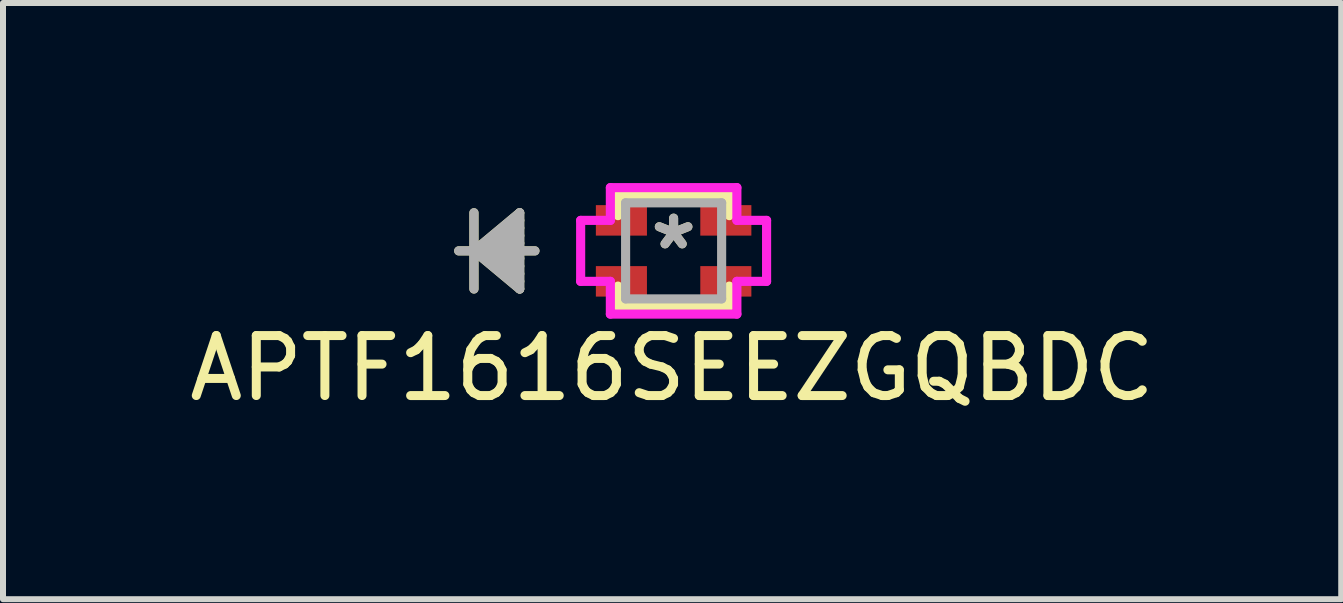
<source format=kicad_pcb>
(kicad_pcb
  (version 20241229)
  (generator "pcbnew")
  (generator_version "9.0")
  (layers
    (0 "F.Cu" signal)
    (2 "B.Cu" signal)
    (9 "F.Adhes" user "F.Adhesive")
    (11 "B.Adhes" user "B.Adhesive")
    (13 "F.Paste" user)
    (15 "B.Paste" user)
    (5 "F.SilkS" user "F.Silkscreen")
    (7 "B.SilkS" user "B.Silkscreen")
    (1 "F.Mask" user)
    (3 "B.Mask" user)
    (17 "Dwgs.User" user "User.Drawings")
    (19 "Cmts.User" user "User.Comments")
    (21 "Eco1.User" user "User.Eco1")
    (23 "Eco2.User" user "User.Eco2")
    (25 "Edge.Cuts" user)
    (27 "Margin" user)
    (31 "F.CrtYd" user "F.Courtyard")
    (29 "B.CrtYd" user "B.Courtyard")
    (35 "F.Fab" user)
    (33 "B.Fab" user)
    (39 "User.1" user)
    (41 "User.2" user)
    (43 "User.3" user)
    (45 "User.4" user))
  (footprint "APTF1616SEEZGQBDC"
    (layer "F.Cu")
    (at 8.174 1.13)
    (property "Reference" "APTF1616SEEZGQBDC" (at -0.025 1.956 0) (layer "F.SilkS") (effects (font (size 1 1) (thickness 0.15))))
    (attr through_hole)
    (fp_line (start -3.327 -0.635) (end -3.327 0.635) (stroke (width 0.152) (type solid)) (layer "F.SilkS"))
    (fp_line (start -3.327 0) (end -2.565 -0.635) (stroke (width 0.152) (type solid)) (layer "F.SilkS"))
    (fp_line (start -3.327 0) (end -2.565 -0.508) (stroke (width 0.152) (type solid)) (layer "F.SilkS"))
    (fp_line (start -3.327 0) (end -2.565 -0.381) (stroke (width 0.152) (type solid)) (layer "F.SilkS"))
    (fp_line (start -3.327 0) (end -2.565 -0.254) (stroke (width 0.152) (type solid)) (layer "F.SilkS"))
    (fp_line (start -3.327 0) (end -2.565 -0.127) (stroke (width 0.152) (type solid)) (layer "F.SilkS"))
    (fp_line (start -3.327 0) (end -2.565 0.127) (stroke (width 0.152) (type solid)) (layer "F.SilkS"))
    (fp_line (start -3.327 0) (end -2.565 0.254) (stroke (width 0.152) (type solid)) (layer "F.SilkS"))
    (fp_line (start -3.327 0) (end -2.565 0.381) (stroke (width 0.152) (type solid)) (layer "F.SilkS"))
    (fp_line (start -3.327 0) (end -2.565 0.508) (stroke (width 0.152) (type solid)) (layer "F.SilkS"))
    (fp_line (start -3.327 0) (end -2.565 0.635) (stroke (width 0.152) (type solid)) (layer "F.SilkS"))
    (fp_line (start -2.565 -0.635) (end -2.565 0.635) (stroke (width 0.152) (type solid)) (layer "F.SilkS"))
    (fp_line (start -2.311 0) (end -3.581 0) (stroke (width 0.152) (type solid)) (layer "F.SilkS"))
    (fp_line (start -0.927 -0.927) (end -0.927 -0.587) (stroke (width 0.152) (type solid)) (layer "F.SilkS"))
    (fp_line (start -0.927 0.587) (end -0.927 0.927) (stroke (width 0.152) (type solid)) (layer "F.SilkS"))
    (fp_line (start -0.927 0.927) (end 0.927 0.927) (stroke (width 0.152) (type solid)) (layer "F.SilkS"))
    (fp_line (start 0.927 -0.927) (end -0.927 -0.927) (stroke (width 0.152) (type solid)) (layer "F.SilkS"))
    (fp_line (start 0.927 -0.587) (end 0.927 -0.927) (stroke (width 0.152) (type solid)) (layer "F.SilkS"))
    (fp_line (start 0.927 0.927) (end 0.927 0.587) (stroke (width 0.152) (type solid)) (layer "F.SilkS"))
    (fp_line (start -1.549 -0.508) (end -1.054 -0.508) (stroke (width 0.152) (type solid)) (layer "F.CrtYd"))
    (fp_line (start -1.549 0.508) (end -1.549 -0.508) (stroke (width 0.152) (type solid)) (layer "F.CrtYd"))
    (fp_line (start -1.054 -1.054) (end 1.054 -1.054) (stroke (width 0.152) (type solid)) (layer "F.CrtYd"))
    (fp_line (start -1.054 -0.508) (end -1.054 -1.054) (stroke (width 0.152) (type solid)) (layer "F.CrtYd"))
    (fp_line (start -1.054 0.508) (end -1.549 0.508) (stroke (width 0.152) (type solid)) (layer "F.CrtYd"))
    (fp_line (start -1.054 1.054) (end -1.054 0.508) (stroke (width 0.152) (type solid)) (layer "F.CrtYd"))
    (fp_line (start 1.054 -1.054) (end 1.054 -0.508) (stroke (width 0.152) (type solid)) (layer "F.CrtYd"))
    (fp_line (start 1.054 -0.508) (end 1.549 -0.508) (stroke (width 0.152) (type solid)) (layer "F.CrtYd"))
    (fp_line (start 1.054 0.508) (end 1.054 1.054) (stroke (width 0.152) (type solid)) (layer "F.CrtYd"))
    (fp_line (start 1.054 1.054) (end -1.054 1.054) (stroke (width 0.152) (type solid)) (layer "F.CrtYd"))
    (fp_line (start 1.549 -0.508) (end 1.549 0.508) (stroke (width 0.152) (type solid)) (layer "F.CrtYd"))
    (fp_line (start 1.549 0.508) (end 1.054 0.508) (stroke (width 0.152) (type solid)) (layer "F.CrtYd"))
    (fp_line (start -3.327 -0.635) (end -3.327 0.635) (stroke (width 0.152) (type solid)) (layer "F.Fab"))
    (fp_line (start -3.327 0) (end -2.565 -0.635) (stroke (width 0.152) (type solid)) (layer "F.Fab"))
    (fp_line (start -3.327 0) (end -2.565 -0.508) (stroke (width 0.152) (type solid)) (layer "F.Fab"))
    (fp_line (start -3.327 0) (end -2.565 -0.381) (stroke (width 0.152) (type solid)) (layer "F.Fab"))
    (fp_line (start -3.327 0) (end -2.565 -0.254) (stroke (width 0.152) (type solid)) (layer "F.Fab"))
    (fp_line (start -3.327 0) (end -2.565 -0.127) (stroke (width 0.152) (type solid)) (layer "F.Fab"))
    (fp_line (start -3.327 0) (end -2.565 0.127) (stroke (width 0.152) (type solid)) (layer "F.Fab"))
    (fp_line (start -3.327 0) (end -2.565 0.254) (stroke (width 0.152) (type solid)) (layer "F.Fab"))
    (fp_line (start -3.327 0) (end -2.565 0.381) (stroke (width 0.152) (type solid)) (layer "F.Fab"))
    (fp_line (start -3.327 0) (end -2.565 0.508) (stroke (width 0.152) (type solid)) (layer "F.Fab"))
    (fp_line (start -3.327 0) (end -2.565 0.635) (stroke (width 0.152) (type solid)) (layer "F.Fab"))
    (fp_line (start -2.565 -0.635) (end -2.565 0.635) (stroke (width 0.152) (type solid)) (layer "F.Fab"))
    (fp_line (start -2.311 0) (end -3.581 0) (stroke (width 0.152) (type solid)) (layer "F.Fab"))
    (fp_line (start -0.8 -0.8) (end -0.8 0.8) (stroke (width 0.152) (type solid)) (layer "F.Fab"))
    (fp_line (start -0.8 0.8) (end 0.8 0.8) (stroke (width 0.152) (type solid)) (layer "F.Fab"))
    (fp_line (start 0.8 -0.8) (end -0.8 -0.8) (stroke (width 0.152) (type solid)) (layer "F.Fab"))
    (fp_line (start 0.8 0.8) (end 0.8 -0.8) (stroke (width 0.152) (type solid)) (layer "F.Fab"))
    (fp_text user "*" (at 0 0 0) (layer "F.SilkS") (effects (font (size 1 1) (thickness 0.15))))
    (fp_text user "*" (at 0 0 0) (layer "F.Fab") (effects (font (size 1 1) (thickness 0.15))))
    (pad "1" smd rect (at -0.87 0.508) (size 0.851 0.508) (layers "F.Cu" "F.Mask" "F.Paste"))
    (pad "2" smd rect (at 0.87 0.508) (size 0.851 0.508) (layers "F.Cu" "F.Mask" "F.Paste"))
    (pad "3" smd rect (at 0.87 -0.508) (size 0.851 0.508) (layers "F.Cu" "F.Mask" "F.Paste"))
    (pad "4" smd rect (at -0.87 -0.508) (size 0.851 0.508) (layers "F.Cu" "F.Mask" "F.Paste")))
  (gr_rect
    (start -3 -3)
    (end 19.298 6.934)
    (stroke (width 0.1) (type default))
    (fill no)
    (layer "Edge.Cuts")))
</source>
